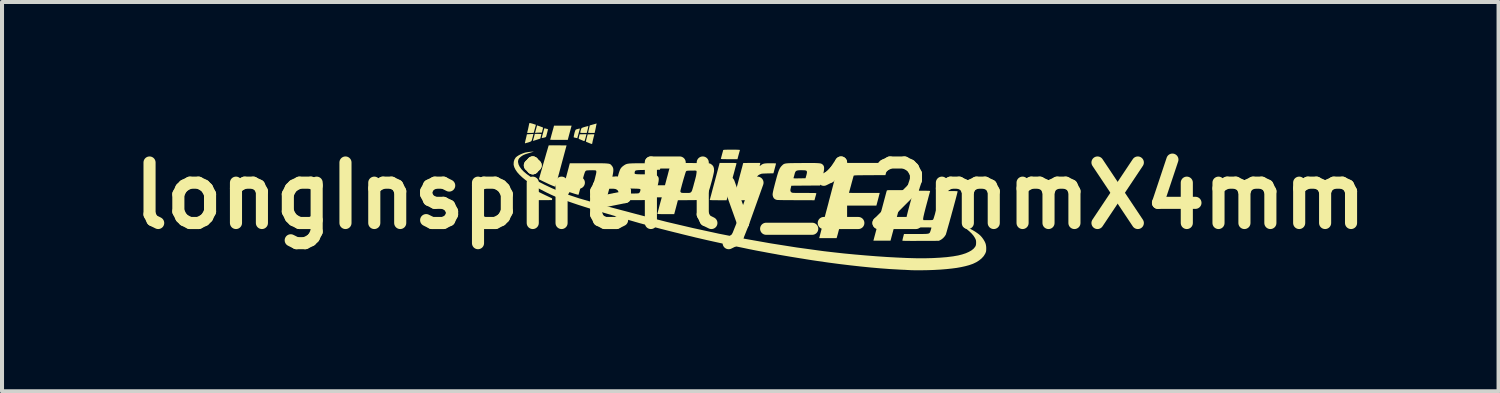
<source format=kicad_pcb>
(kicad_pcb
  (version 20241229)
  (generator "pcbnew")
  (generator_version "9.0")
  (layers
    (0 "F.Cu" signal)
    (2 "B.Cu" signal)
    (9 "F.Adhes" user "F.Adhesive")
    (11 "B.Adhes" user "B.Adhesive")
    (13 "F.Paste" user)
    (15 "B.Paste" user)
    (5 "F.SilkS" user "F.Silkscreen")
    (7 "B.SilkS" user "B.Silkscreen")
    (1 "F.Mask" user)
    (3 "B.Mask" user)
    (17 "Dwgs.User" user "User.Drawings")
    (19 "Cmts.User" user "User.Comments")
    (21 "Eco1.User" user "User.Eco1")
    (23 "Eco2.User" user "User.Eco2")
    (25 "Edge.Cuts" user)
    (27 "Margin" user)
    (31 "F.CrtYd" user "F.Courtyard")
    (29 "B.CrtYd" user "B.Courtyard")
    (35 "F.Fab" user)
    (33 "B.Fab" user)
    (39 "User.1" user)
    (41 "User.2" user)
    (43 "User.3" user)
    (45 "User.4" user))
  (footprint "longInspireFly_12mmX4mm"
    (layer "F.Cu")
    (at 15.55 1.8)
    (property "Reference" "longInspireFly_12mmX4mm" (at 0 0 0) (layer "F.SilkS") (effects (font (size 1.5 1.5) (thickness 0.3))))
    (attr board_only exclude_from_pos_files exclude_from_bom)
    (fp_poly (pts (xy -4.083 -1.439) (xy -4.093 -1.405) (xy -4.101 -1.378) (xy -4.108 -1.359) (xy -4.112 -1.354) (xy -4.124 -1.355) (xy -4.13 -1.356) (xy -4.144 -1.362) (xy -4.166 -1.371) (xy -4.181 -1.378) (xy -4.207 -1.389) (xy -4.229 -1.398) (xy -4.238 -1.401) (xy -4.248 -1.405) (xy -4.253 -1.411) (xy -4.254 -1.421) (xy -4.25 -1.441) (xy -4.243 -1.471) (xy -4.231 -1.521) (xy -4.146 -1.522) (xy -4.061 -1.524)) (stroke (width 0) (type solid)) (fill yes) (layer "F.SilkS"))
    (fp_poly (pts (xy -5.227 -1.53) (xy -5.2 -1.529) (xy -5.184 -1.527) (xy -5.179 -1.525) (xy -5.181 -1.515) (xy -5.186 -1.494) (xy -5.193 -1.467) (xy -5.193 -1.467) (xy -5.206 -1.414) (xy -5.291 -1.386) (xy -5.325 -1.375) (xy -5.354 -1.366) (xy -5.375 -1.36) (xy -5.383 -1.358) (xy -5.386 -1.365) (xy -5.383 -1.38) (xy -5.378 -1.398) (xy -5.37 -1.425) (xy -5.361 -1.457) (xy -5.359 -1.466) (xy -5.342 -1.531) (xy -5.261 -1.531)) (stroke (width 0) (type solid)) (fill yes) (layer "F.SilkS"))
    (fp_poly (pts (xy -4.478 -1.558) (xy -4.525 -1.382) (xy -4.743 -1.382) (xy -4.799 -1.382) (xy -4.85 -1.382) (xy -4.894 -1.383) (xy -4.928 -1.384) (xy -4.951 -1.384) (xy -4.96 -1.385) (xy -4.96 -1.385) (xy -4.958 -1.394) (xy -4.953 -1.415) (xy -4.944 -1.446) (xy -4.934 -1.485) (xy -4.922 -1.528) (xy -4.909 -1.575) (xy -4.897 -1.619) (xy -4.886 -1.657) (xy -4.878 -1.686) (xy -4.874 -1.701) (xy -4.866 -1.734) (xy -4.648 -1.734) (xy -4.43 -1.734)) (stroke (width 0) (type solid)) (fill yes) (layer "F.SilkS"))
    (fp_poly (pts (xy -4.016 -1.724) (xy -4.016 -1.716) (xy -4.02 -1.695) (xy -4.026 -1.666) (xy -4.033 -1.637) (xy -4.054 -1.554) (xy -4.135 -1.554) (xy -4.174 -1.555) (xy -4.2 -1.557) (xy -4.213 -1.56) (xy -4.216 -1.564) (xy -4.214 -1.576) (xy -4.209 -1.598) (xy -4.202 -1.625) (xy -4.193 -1.652) (xy -4.186 -1.668) (xy -4.176 -1.678) (xy -4.159 -1.685) (xy -4.153 -1.688) (xy -4.122 -1.698) (xy -4.089 -1.708) (xy -4.058 -1.716) (xy -4.034 -1.722) (xy -4.019 -1.725)) (stroke (width 0) (type solid)) (fill yes) (layer "F.SilkS"))
    (fp_poly (pts (xy -3.81 -1.78) (xy -3.812 -1.773) (xy -3.817 -1.754) (xy -3.822 -1.728) (xy -3.825 -1.711) (xy -3.831 -1.68) (xy -3.839 -1.643) (xy -3.846 -1.611) (xy -3.859 -1.554) (xy -3.94 -1.554) (xy -3.973 -1.555) (xy -4 -1.556) (xy -4.017 -1.558) (xy -4.021 -1.56) (xy -4.019 -1.57) (xy -4.014 -1.591) (xy -4.007 -1.621) (xy -4 -1.653) (xy -3.979 -1.741) (xy -3.908 -1.761) (xy -3.875 -1.77) (xy -3.846 -1.778) (xy -3.827 -1.784) (xy -3.822 -1.786) (xy -3.811 -1.788)) (stroke (width 0) (type solid)) (fill yes) (layer "F.SilkS"))
    (fp_poly (pts (xy -5.452 -1.798) (xy -5.444 -1.796) (xy -5.418 -1.789) (xy -5.385 -1.78) (xy -5.363 -1.772) (xy -5.315 -1.757) (xy -5.341 -1.661) (xy -5.351 -1.625) (xy -5.359 -1.594) (xy -5.365 -1.571) (xy -5.367 -1.56) (xy -5.367 -1.56) (xy -5.375 -1.558) (xy -5.394 -1.556) (xy -5.423 -1.555) (xy -5.45 -1.554) (xy -5.532 -1.554) (xy -5.527 -1.576) (xy -5.522 -1.6) (xy -5.516 -1.621) (xy -5.512 -1.639) (xy -5.505 -1.669) (xy -5.497 -1.706) (xy -5.489 -1.745) (xy -5.481 -1.782) (xy -5.48 -1.786) (xy -5.477 -1.797) (xy -5.469 -1.8)) (stroke (width 0) (type solid)) (fill yes) (layer "F.SilkS"))
    (fp_poly (pts (xy -5.278 -1.739) (xy -5.26 -1.733) (xy -5.234 -1.724) (xy -5.206 -1.714) (xy -5.178 -1.704) (xy -5.155 -1.695) (xy -5.141 -1.689) (xy -5.138 -1.687) (xy -5.139 -1.678) (xy -5.143 -1.658) (xy -5.15 -1.631) (xy -5.152 -1.623) (xy -5.167 -1.562) (xy -5.227 -1.562) (xy -5.26 -1.561) (xy -5.29 -1.56) (xy -5.312 -1.557) (xy -5.312 -1.557) (xy -5.329 -1.555) (xy -5.335 -1.558) (xy -5.333 -1.567) (xy -5.329 -1.58) (xy -5.323 -1.605) (xy -5.314 -1.637) (xy -5.308 -1.66) (xy -5.299 -1.693) (xy -5.292 -1.719) (xy -5.287 -1.736) (xy -5.286 -1.74)) (stroke (width 0) (type solid)) (fill yes) (layer "F.SilkS"))
    (fp_poly (pts (xy -5.189 -0.064) (xy -5.141 -0.04) (xy -5.091 -0.016) (xy -5.044 0.006) (xy -5.004 0.025) (xy -4.983 0.035) (xy -4.949 0.051) (xy -4.928 0.061) (xy -4.916 0.07) (xy -4.912 0.077) (xy -4.912 0.086) (xy -4.913 0.089) (xy -4.918 0.11) (xy -5.154 0.112) (xy -5.224 0.112) (xy -5.279 0.112) (xy -5.321 0.112) (xy -5.351 0.111) (xy -5.372 0.11) (xy -5.383 0.108) (xy -5.387 0.105) (xy -5.387 0.104) (xy -5.384 0.092) (xy -5.377 0.069) (xy -5.369 0.041) (xy -5.368 0.037) (xy -5.357 -0.001) (xy -5.345 -0.044) (xy -5.336 -0.074) (xy -5.32 -0.129)) (stroke (width 0) (type solid)) (fill yes) (layer "F.SilkS"))
    (fp_poly (pts (xy -5.378 -1.528) (xy -5.378 -1.52) (xy -5.383 -1.501) (xy -5.389 -1.474) (xy -5.39 -1.471) (xy -5.399 -1.438) (xy -5.408 -1.406) (xy -5.414 -1.383) (xy -5.422 -1.361) (xy -5.435 -1.347) (xy -5.456 -1.336) (xy -5.485 -1.325) (xy -5.518 -1.315) (xy -5.525 -1.313) (xy -5.549 -1.307) (xy -5.569 -1.301) (xy -5.574 -1.299) (xy -5.585 -1.299) (xy -5.587 -1.305) (xy -5.585 -1.319) (xy -5.58 -1.34) (xy -5.579 -1.343) (xy -5.575 -1.363) (xy -5.568 -1.393) (xy -5.559 -1.428) (xy -5.555 -1.445) (xy -5.538 -1.521) (xy -5.459 -1.525) (xy -5.426 -1.527) (xy -5.399 -1.528) (xy -5.382 -1.528)) (stroke (width 0) (type solid)) (fill yes) (layer "F.SilkS"))
    (fp_poly (pts (xy -3.886 -1.522) (xy -3.872 -1.52) (xy -3.867 -1.517) (xy -3.867 -1.511) (xy -3.867 -1.511) (xy -3.871 -1.496) (xy -3.878 -1.471) (xy -3.886 -1.439) (xy -3.895 -1.402) (xy -3.904 -1.366) (xy -3.911 -1.334) (xy -3.916 -1.308) (xy -3.919 -1.294) (xy -3.919 -1.293) (xy -3.92 -1.285) (xy -3.927 -1.281) (xy -3.94 -1.284) (xy -3.963 -1.291) (xy -3.998 -1.305) (xy -4.004 -1.308) (xy -4.034 -1.32) (xy -4.057 -1.33) (xy -4.071 -1.337) (xy -4.074 -1.339) (xy -4.073 -1.347) (xy -4.07 -1.368) (xy -4.063 -1.397) (xy -4.055 -1.431) (xy -4.032 -1.519) (xy -3.947 -1.521) (xy -3.91 -1.522)) (stroke (width 0) (type solid)) (fill yes) (layer "F.SilkS"))
    (fp_poly (pts (xy -5.097 -1.669) (xy -5.08 -1.665) (xy -5.058 -1.659) (xy -5.036 -1.653) (xy -5.02 -1.648) (xy -5.015 -1.645) (xy -5.017 -1.635) (xy -5.022 -1.614) (xy -5.029 -1.585) (xy -5.037 -1.553) (xy -5.046 -1.521) (xy -5.053 -1.493) (xy -5.059 -1.473) (xy -5.061 -1.466) (xy -5.069 -1.454) (xy -5.083 -1.446) (xy -5.108 -1.439) (xy -5.114 -1.438) (xy -5.144 -1.432) (xy -5.161 -1.43) (xy -5.17 -1.431) (xy -5.171 -1.435) (xy -5.169 -1.439) (xy -5.166 -1.45) (xy -5.16 -1.473) (xy -5.151 -1.505) (xy -5.14 -1.543) (xy -5.136 -1.558) (xy -5.126 -1.597) (xy -5.116 -1.631) (xy -5.109 -1.655) (xy -5.105 -1.669) (xy -5.105 -1.67)) (stroke (width 0) (type solid)) (fill yes) (layer "F.SilkS"))
    (fp_poly (pts (xy -4.226 -1.66) (xy -4.226 -1.653) (xy -4.227 -1.651) (xy -4.23 -1.638) (xy -4.237 -1.614) (xy -4.246 -1.581) (xy -4.257 -1.542) (xy -4.26 -1.531) (xy -4.27 -1.493) (xy -4.279 -1.461) (xy -4.286 -1.437) (xy -4.289 -1.425) (xy -4.29 -1.424) (xy -4.297 -1.426) (xy -4.315 -1.43) (xy -4.332 -1.434) (xy -4.356 -1.439) (xy -4.372 -1.444) (xy -4.377 -1.446) (xy -4.377 -1.456) (xy -4.375 -1.477) (xy -4.369 -1.505) (xy -4.362 -1.537) (xy -4.354 -1.569) (xy -4.349 -1.584) (xy -4.34 -1.612) (xy -4.332 -1.629) (xy -4.322 -1.638) (xy -4.308 -1.644) (xy -4.3 -1.646) (xy -4.265 -1.656) (xy -4.243 -1.661) (xy -4.23 -1.663)) (stroke (width 0) (type solid)) (fill yes) (layer "F.SilkS"))
    (fp_poly (pts (xy 3.806 -0.119) (xy 3.804 -0.109) (xy 3.797 -0.085) (xy 3.787 -0.048) (xy 3.775 0.000302) (xy 3.759 0.059) (xy 3.741 0.127) (xy 3.72 0.204) (xy 3.698 0.287) (xy 3.674 0.376) (xy 3.649 0.47) (xy 3.639 0.507) (xy 3.476 1.116) (xy 3.264 1.116) (xy 3.052 1.116) (xy 3.215 0.506) (xy 3.24 0.411) (xy 3.264 0.32) (xy 3.287 0.234) (xy 3.308 0.155) (xy 3.327 0.084) (xy 3.344 0.021) (xy 3.358 -0.032) (xy 3.369 -0.073) (xy 3.377 -0.102) (xy 3.382 -0.118) (xy 3.382 -0.12) (xy 3.384 -0.125) (xy 3.388 -0.129) (xy 3.395 -0.132) (xy 3.407 -0.134) (xy 3.426 -0.136) (xy 3.453 -0.136) (xy 3.492 -0.137) (xy 3.542 -0.137) (xy 3.599 -0.137) (xy 3.811 -0.137)) (stroke (width 0) (type solid)) (fill yes) (layer "F.SilkS"))
    (fp_poly (pts (xy -0.487 -0.81) (xy -0.438 -0.81) (xy -0.401 -0.81) (xy -0.375 -0.809) (xy -0.358 -0.807) (xy -0.347 -0.805) (xy -0.343 -0.802) (xy -0.342 -0.798) (xy -0.342 -0.797) (xy -0.345 -0.787) (xy -0.351 -0.763) (xy -0.361 -0.727) (xy -0.374 -0.68) (xy -0.389 -0.623) (xy -0.406 -0.559) (xy -0.426 -0.487) (xy -0.447 -0.409) (xy -0.467 -0.335) (xy -0.587 0.114) (xy -0.797 0.114) (xy -0.863 0.113) (xy -0.914 0.113) (xy -0.952 0.112) (xy -0.979 0.111) (xy -0.995 0.109) (xy -1.003 0.106) (xy -1.004 0.104) (xy -1.002 0.095) (xy -0.995 0.072) (xy -0.986 0.036) (xy -0.973 -0.01) (xy -0.958 -0.066) (xy -0.941 -0.131) (xy -0.922 -0.203) (xy -0.901 -0.28) (xy -0.88 -0.358) (xy -0.76 -0.81) (xy -0.55 -0.81)) (stroke (width 0) (type solid)) (fill yes) (layer "F.SilkS"))
    (fp_poly (pts (xy -4.839 -1.247) (xy -4.783 -1.247) (xy -4.775 -1.247) (xy -4.555 -1.245) (xy -4.692 -0.736) (xy -4.715 -0.65) (xy -4.737 -0.568) (xy -4.758 -0.491) (xy -4.777 -0.422) (xy -4.794 -0.361) (xy -4.808 -0.31) (xy -4.819 -0.269) (xy -4.828 -0.24) (xy -4.833 -0.224) (xy -4.834 -0.222) (xy -4.842 -0.223) (xy -4.862 -0.231) (xy -4.892 -0.242) (xy -4.929 -0.258) (xy -4.964 -0.273) (xy -5.012 -0.295) (xy -5.062 -0.319) (xy -5.109 -0.341) (xy -5.149 -0.36) (xy -5.165 -0.368) (xy -5.24 -0.407) (xy -5.121 -0.824) (xy -5.098 -0.902) (xy -5.077 -0.975) (xy -5.058 -1.043) (xy -5.04 -1.103) (xy -5.025 -1.154) (xy -5.013 -1.195) (xy -5.004 -1.225) (xy -4.999 -1.242) (xy -4.998 -1.245) (xy -4.989 -1.246) (xy -4.967 -1.247) (xy -4.933 -1.247) (xy -4.89 -1.248)) (stroke (width 0) (type solid)) (fill yes) (layer "F.SilkS"))
    (fp_poly (pts (xy -0.396 -1.139) (xy -0.346 -1.139) (xy -0.308 -1.138) (xy -0.282 -1.136) (xy -0.266 -1.135) (xy -0.258 -1.132) (xy -0.257 -1.129) (xy -0.26 -1.118) (xy -0.267 -1.094) (xy -0.276 -1.061) (xy -0.287 -1.022) (xy -0.298 -0.981) (xy -0.309 -0.939) (xy -0.309 -0.938) (xy -0.318 -0.904) (xy -0.525 -0.904) (xy -0.588 -0.904) (xy -0.636 -0.905) (xy -0.673 -0.905) (xy -0.698 -0.906) (xy -0.715 -0.908) (xy -0.725 -0.91) (xy -0.729 -0.913) (xy -0.729 -0.917) (xy -0.729 -0.918) (xy -0.725 -0.931) (xy -0.719 -0.955) (xy -0.71 -0.987) (xy -0.701 -1.022) (xy -0.691 -1.058) (xy -0.682 -1.09) (xy -0.676 -1.114) (xy -0.673 -1.126) (xy -0.67 -1.13) (xy -0.665 -1.133) (xy -0.655 -1.135) (xy -0.639 -1.137) (xy -0.614 -1.138) (xy -0.579 -1.139) (xy -0.532 -1.139) (xy -0.472 -1.139) (xy -0.461 -1.139)) (stroke (width 0) (type solid)) (fill yes) (layer "F.SilkS"))
    (fp_poly (pts (xy 0.243 -0.782) (xy 0.238 -0.76) (xy 0.233 -0.742) (xy 0.233 -0.741) (xy 0.234 -0.736) (xy 0.244 -0.741) (xy 0.257 -0.75) (xy 0.281 -0.768) (xy 0.303 -0.781) (xy 0.326 -0.79) (xy 0.352 -0.796) (xy 0.384 -0.8) (xy 0.426 -0.802) (xy 0.48 -0.802) (xy 0.495 -0.802) (xy 0.541 -0.802) (xy 0.58 -0.802) (xy 0.611 -0.801) (xy 0.631 -0.799) (xy 0.638 -0.798) (xy 0.636 -0.789) (xy 0.631 -0.768) (xy 0.623 -0.737) (xy 0.613 -0.699) (xy 0.606 -0.674) (xy 0.574 -0.554) (xy 0.428 -0.551) (xy 0.376 -0.549) (xy 0.337 -0.548) (xy 0.308 -0.546) (xy 0.286 -0.544) (xy 0.269 -0.54) (xy 0.254 -0.534) (xy 0.238 -0.527) (xy 0.22 -0.519) (xy 0.205 -0.51) (xy 0.191 -0.499) (xy 0.179 -0.485) (xy 0.168 -0.466) (xy 0.157 -0.441) (xy 0.146 -0.408) (xy 0.132 -0.365) (xy 0.117 -0.312) (xy 0.099 -0.246) (xy 0.083 -0.184) (xy 0.066 -0.121) (xy 0.05 -0.063) (xy 0.037 -0.01) (xy 0.025 0.034) (xy 0.015 0.068) (xy 0.009 0.091) (xy 0.007 0.1) (xy 0.005 0.104) (xy -0.001 0.107) (xy -0.01 0.11) (xy -0.027 0.111) (xy -0.051 0.112) (xy -0.086 0.113) (xy -0.132 0.113) (xy -0.192 0.114) (xy -0.209 0.114) (xy -0.421 0.114) (xy -0.415 0.092) (xy -0.412 0.081) (xy -0.406 0.056) (xy -0.396 0.018) (xy -0.383 -0.03) (xy -0.368 -0.088) (xy -0.35 -0.153) (xy -0.331 -0.226) (xy -0.31 -0.303) (xy -0.293 -0.367) (xy -0.272 -0.446) (xy -0.252 -0.522) (xy -0.233 -0.591) (xy -0.217 -0.653) (xy -0.202 -0.706) (xy -0.191 -0.75) (xy -0.183 -0.782) (xy -0.178 -0.801) (xy -0.176 -0.807) (xy -0.169 -0.808) (xy -0.148 -0.809) (xy -0.115 -0.809) (xy -0.072 -0.81) (xy -0.022 -0.81) (xy 0.033 -0.81) (xy 0.036 -0.81) (xy 0.248 -0.81)) (stroke (width 0) (type solid)) (fill yes) (layer "F.SilkS"))
    (fp_poly (pts (xy 2.929 -0.81) (xy 3.031 -0.81) (xy 3.119 -0.81) (xy 3.193 -0.81) (xy 3.256 -0.809) (xy 3.308 -0.808) (xy 3.348 -0.807) (xy 3.38 -0.806) (xy 3.402 -0.805) (xy 3.417 -0.804) (xy 3.424 -0.802) (xy 3.425 -0.801) (xy 3.423 -0.79) (xy 3.418 -0.767) (xy 3.41 -0.734) (xy 3.399 -0.694) (xy 3.388 -0.65) (xy 3.35 -0.509) (xy 2.958 -0.507) (xy 2.869 -0.506) (xy 2.795 -0.506) (xy 2.733 -0.505) (xy 2.684 -0.505) (xy 2.645 -0.504) (xy 2.615 -0.503) (xy 2.594 -0.501) (xy 2.579 -0.5) (xy 2.569 -0.498) (xy 2.564 -0.495) (xy 2.562 -0.492) (xy 2.561 -0.491) (xy 2.558 -0.479) (xy 2.551 -0.455) (xy 2.542 -0.422) (xy 2.531 -0.381) (xy 2.518 -0.335) (xy 2.505 -0.286) (xy 2.492 -0.237) (xy 2.479 -0.191) (xy 2.468 -0.148) (xy 2.458 -0.113) (xy 2.451 -0.086) (xy 2.447 -0.072) (xy 2.447 -0.069) (xy 2.454 -0.069) (xy 2.476 -0.068) (xy 2.511 -0.068) (xy 2.556 -0.067) (xy 2.611 -0.067) (xy 2.675 -0.067) (xy 2.745 -0.067) (xy 2.82 -0.067) (xy 2.827 -0.067) (xy 3.208 -0.067) (xy 3.203 -0.045) (xy 3.199 -0.031) (xy 3.192 -0.004) (xy 3.183 0.032) (xy 3.172 0.074) (xy 3.162 0.112) (xy 3.126 0.247) (xy 2.741 0.247) (xy 2.357 0.247) (xy 2.259 0.613) (xy 2.239 0.687) (xy 2.22 0.758) (xy 2.203 0.824) (xy 2.187 0.882) (xy 2.174 0.933) (xy 2.163 0.973) (xy 2.155 1.001) (xy 2.151 1.016) (xy 2.14 1.053) (xy 1.925 1.053) (xy 1.709 1.053) (xy 1.714 1.032) (xy 1.717 1.021) (xy 1.723 0.997) (xy 1.733 0.959) (xy 1.746 0.909) (xy 1.762 0.848) (xy 1.781 0.777) (xy 1.802 0.696) (xy 1.826 0.607) (xy 1.851 0.51) (xy 1.878 0.407) (xy 1.907 0.299) (xy 1.937 0.186) (xy 1.953 0.121) (xy 1.984 0.006) (xy 2.013 -0.105) (xy 2.041 -0.211) (xy 2.067 -0.311) (xy 2.092 -0.405) (xy 2.114 -0.49) (xy 2.135 -0.567) (xy 2.152 -0.634) (xy 2.167 -0.69) (xy 2.179 -0.735) (xy 2.187 -0.767) (xy 2.192 -0.785) (xy 2.193 -0.789) (xy 2.198 -0.81) (xy 2.812 -0.81)) (stroke (width 0) (type solid)) (fill yes) (layer "F.SilkS"))
    (fp_poly (pts (xy -3.811 -0.802) (xy -3.736 -0.802) (xy -3.673 -0.802) (xy -3.621 -0.801) (xy -3.579 -0.799) (xy -3.545 -0.796) (xy -3.518 -0.793) (xy -3.497 -0.789) (xy -3.481 -0.784) (xy -3.468 -0.777) (xy -3.458 -0.769) (xy -3.449 -0.76) (xy -3.44 -0.749) (xy -3.434 -0.743) (xy -3.42 -0.724) (xy -3.409 -0.705) (xy -3.401 -0.683) (xy -3.396 -0.659) (xy -3.395 -0.63) (xy -3.397 -0.595) (xy -3.403 -0.553) (xy -3.412 -0.503) (xy -3.426 -0.442) (xy -3.444 -0.371) (xy -3.466 -0.287) (xy -3.487 -0.207) (xy -3.572 0.11) (xy -3.649 0.111) (xy -3.683 0.111) (xy -3.711 0.111) (xy -3.73 0.111) (xy -3.735 0.11) (xy -3.745 0.107) (xy -3.767 0.101) (xy -3.799 0.092) (xy -3.837 0.082) (xy -3.852 0.078) (xy -3.892 0.068) (xy -3.926 0.058) (xy -3.952 0.05) (xy -3.966 0.044) (xy -3.968 0.043) (xy -3.968 0.035) (xy -3.964 0.012) (xy -3.956 -0.022) (xy -3.945 -0.066) (xy -3.932 -0.119) (xy -3.917 -0.179) (xy -3.9 -0.244) (xy -3.892 -0.275) (xy -3.87 -0.355) (xy -3.852 -0.422) (xy -3.839 -0.477) (xy -3.828 -0.52) (xy -3.821 -0.554) (xy -3.817 -0.579) (xy -3.817 -0.597) (xy -3.819 -0.61) (xy -3.823 -0.618) (xy -3.83 -0.623) (xy -3.84 -0.626) (xy -3.843 -0.627) (xy -3.858 -0.628) (xy -3.885 -0.629) (xy -3.92 -0.63) (xy -3.96 -0.629) (xy -3.965 -0.629) (xy -4.007 -0.628) (xy -4.036 -0.626) (xy -4.056 -0.624) (xy -4.069 -0.62) (xy -4.078 -0.614) (xy -4.086 -0.607) (xy -4.092 -0.599) (xy -4.099 -0.584) (xy -4.107 -0.563) (xy -4.117 -0.533) (xy -4.129 -0.494) (xy -4.143 -0.443) (xy -4.161 -0.379) (xy -4.18 -0.306) (xy -4.198 -0.242) (xy -4.213 -0.183) (xy -4.228 -0.131) (xy -4.24 -0.087) (xy -4.249 -0.053) (xy -4.256 -0.031) (xy -4.259 -0.021) (xy -4.259 -0.021) (xy -4.268 -0.022) (xy -4.289 -0.027) (xy -4.32 -0.036) (xy -4.358 -0.047) (xy -4.401 -0.061) (xy -4.447 -0.076) (xy -4.494 -0.091) (xy -4.538 -0.105) (xy -4.577 -0.119) (xy -4.609 -0.131) (xy -4.631 -0.139) (xy -4.641 -0.145) (xy -4.641 -0.153) (xy -4.637 -0.175) (xy -4.629 -0.209) (xy -4.618 -0.253) (xy -4.605 -0.305) (xy -4.59 -0.365) (xy -4.573 -0.429) (xy -4.569 -0.447) (xy -4.551 -0.514) (xy -4.534 -0.577) (xy -4.519 -0.634) (xy -4.505 -0.684) (xy -4.495 -0.725) (xy -4.487 -0.755) (xy -4.482 -0.772) (xy -4.482 -0.773) (xy -4.474 -0.803) (xy -4.001 -0.803) (xy -3.899 -0.803)) (stroke (width 0) (type solid)) (fill yes) (layer "F.SilkS"))
    (fp_poly (pts (xy 1.536 -0.809) (xy 1.594 -0.809) (xy 1.641 -0.807) (xy 1.679 -0.805) (xy 1.709 -0.803) (xy 1.732 -0.8) (xy 1.751 -0.795) (xy 1.765 -0.79) (xy 1.776 -0.784) (xy 1.785 -0.778) (xy 1.804 -0.76) (xy 1.818 -0.74) (xy 1.827 -0.716) (xy 1.83 -0.686) (xy 1.829 -0.649) (xy 1.822 -0.602) (xy 1.81 -0.546) (xy 1.792 -0.477) (xy 1.78 -0.431) (xy 1.73 -0.251) (xy 1.374 -0.249) (xy 1.017 -0.246) (xy 1.003 -0.188) (xy 0.995 -0.151) (xy 0.994 -0.124) (xy 0.999 -0.105) (xy 1.012 -0.089) (xy 1.019 -0.082) (xy 1.025 -0.078) (xy 1.032 -0.075) (xy 1.041 -0.072) (xy 1.055 -0.07) (xy 1.074 -0.069) (xy 1.101 -0.068) (xy 1.137 -0.067) (xy 1.183 -0.067) (xy 1.241 -0.067) (xy 1.313 -0.067) (xy 1.34 -0.067) (xy 1.417 -0.067) (xy 1.479 -0.066) (xy 1.529 -0.066) (xy 1.567 -0.065) (xy 1.595 -0.065) (xy 1.615 -0.063) (xy 1.628 -0.062) (xy 1.635 -0.059) (xy 1.637 -0.057) (xy 1.637 -0.053) (xy 1.637 -0.053) (xy 1.634 -0.04) (xy 1.627 -0.015) (xy 1.618 0.016) (xy 1.612 0.037) (xy 1.591 0.114) (xy 1.136 0.113) (xy 1.053 0.112) (xy 0.973 0.112) (xy 0.899 0.112) (xy 0.833 0.111) (xy 0.774 0.11) (xy 0.726 0.109) (xy 0.69 0.108) (xy 0.666 0.107) (xy 0.658 0.106) (xy 0.616 0.091) (xy 0.586 0.067) (xy 0.566 0.033) (xy 0.556 -0.004) (xy 0.554 -0.019) (xy 0.554 -0.036) (xy 0.556 -0.057) (xy 0.561 -0.085) (xy 0.568 -0.12) (xy 0.578 -0.164) (xy 0.592 -0.219) (xy 0.609 -0.285) (xy 0.63 -0.365) (xy 0.631 -0.367) (xy 0.649 -0.435) (xy 1.071 -0.435) (xy 1.075 -0.431) (xy 1.086 -0.429) (xy 1.105 -0.428) (xy 1.133 -0.428) (xy 1.174 -0.428) (xy 1.218 -0.429) (xy 1.369 -0.431) (xy 1.387 -0.493) (xy 1.399 -0.54) (xy 1.405 -0.575) (xy 1.403 -0.6) (xy 1.392 -0.616) (xy 1.37 -0.625) (xy 1.336 -0.629) (xy 1.288 -0.63) (xy 1.275 -0.63) (xy 1.222 -0.63) (xy 1.183 -0.627) (xy 1.154 -0.62) (xy 1.133 -0.609) (xy 1.118 -0.59) (xy 1.106 -0.563) (xy 1.096 -0.526) (xy 1.093 -0.514) (xy 1.085 -0.484) (xy 1.077 -0.458) (xy 1.073 -0.441) (xy 1.072 -0.439) (xy 1.071 -0.435) (xy 0.649 -0.435) (xy 0.652 -0.447) (xy 0.671 -0.513) (xy 0.688 -0.568) (xy 0.703 -0.612) (xy 0.718 -0.648) (xy 0.733 -0.678) (xy 0.748 -0.702) (xy 0.765 -0.724) (xy 0.78 -0.74) (xy 0.794 -0.754) (xy 0.807 -0.766) (xy 0.82 -0.776) (xy 0.834 -0.784) (xy 0.852 -0.791) (xy 0.873 -0.796) (xy 0.901 -0.8) (xy 0.935 -0.803) (xy 0.978 -0.805) (xy 1.03 -0.806) (xy 1.094 -0.807) (xy 1.17 -0.808) (xy 1.261 -0.808) (xy 1.287 -0.809) (xy 1.384 -0.809) (xy 1.466 -0.809)) (stroke (width 0) (type solid)) (fill yes) (layer "F.SilkS"))
    (fp_poly (pts (xy -1.493 -0.809) (xy -1.395 -0.808) (xy -1.311 -0.808) (xy -1.241 -0.807) (xy -1.182 -0.807) (xy -1.135 -0.806) (xy -1.096 -0.805) (xy -1.066 -0.804) (xy -1.043 -0.803) (xy -1.026 -0.801) (xy -1.013 -0.799) (xy -1.003 -0.797) (xy -0.995 -0.794) (xy -0.989 -0.791) (xy -0.986 -0.789) (xy -0.945 -0.761) (xy -0.917 -0.725) (xy -0.902 -0.682) (xy -0.898 -0.628) (xy -0.899 -0.611) (xy -0.902 -0.584) (xy -0.91 -0.546) (xy -0.921 -0.497) (xy -0.934 -0.442) (xy -0.949 -0.383) (xy -0.966 -0.322) (xy -0.983 -0.261) (xy -0.999 -0.204) (xy -1.015 -0.153) (xy -1.029 -0.11) (xy -1.041 -0.078) (xy -1.048 -0.063) (xy -1.079 -0.015) (xy -1.118 0.029) (xy -1.161 0.065) (xy -1.204 0.09) (xy -1.207 0.091) (xy -1.22 0.096) (xy -1.232 0.1) (xy -1.246 0.103) (xy -1.263 0.106) (xy -1.285 0.107) (xy -1.314 0.109) (xy -1.351 0.11) (xy -1.399 0.111) (xy -1.46 0.111) (xy -1.524 0.112) (xy -1.795 0.114) (xy -1.84 0.286) (xy -1.886 0.458) (xy -2.096 0.458) (xy -2.159 0.458) (xy -2.208 0.458) (xy -2.245 0.457) (xy -2.271 0.456) (xy -2.288 0.455) (xy -2.298 0.453) (xy -2.302 0.45) (xy -2.303 0.446) (xy -2.303 0.444) (xy -2.3 0.435) (xy -2.294 0.413) (xy -2.285 0.378) (xy -2.272 0.332) (xy -2.258 0.276) (xy -2.241 0.212) (xy -2.222 0.142) (xy -2.201 0.065) (xy -2.18 -0.015) (xy -2.158 -0.098) (xy -2.156 -0.106) (xy -1.734 -0.106) (xy -1.734 -0.106) (xy -1.729 -0.092) (xy -1.721 -0.081) (xy -1.714 -0.075) (xy -1.704 -0.071) (xy -1.688 -0.069) (xy -1.662 -0.067) (xy -1.626 -0.067) (xy -1.6 -0.067) (xy -1.557 -0.067) (xy -1.526 -0.067) (xy -1.506 -0.069) (xy -1.492 -0.072) (xy -1.482 -0.077) (xy -1.472 -0.085) (xy -1.468 -0.088) (xy -1.461 -0.095) (xy -1.455 -0.105) (xy -1.448 -0.118) (xy -1.441 -0.136) (xy -1.433 -0.162) (xy -1.423 -0.196) (xy -1.41 -0.241) (xy -1.395 -0.299) (xy -1.381 -0.348) (xy -1.363 -0.416) (xy -1.349 -0.472) (xy -1.338 -0.515) (xy -1.331 -0.548) (xy -1.326 -0.572) (xy -1.325 -0.588) (xy -1.325 -0.599) (xy -1.326 -0.604) (xy -1.33 -0.611) (xy -1.335 -0.616) (xy -1.344 -0.619) (xy -1.359 -0.621) (xy -1.383 -0.622) (xy -1.418 -0.621) (xy -1.457 -0.621) (xy -1.504 -0.62) (xy -1.537 -0.619) (xy -1.56 -0.617) (xy -1.574 -0.615) (xy -1.584 -0.61) (xy -1.59 -0.605) (xy -1.595 -0.598) (xy -1.6 -0.587) (xy -1.608 -0.563) (xy -1.619 -0.528) (xy -1.632 -0.485) (xy -1.647 -0.436) (xy -1.662 -0.384) (xy -1.677 -0.33) (xy -1.692 -0.277) (xy -1.705 -0.227) (xy -1.717 -0.183) (xy -1.726 -0.147) (xy -1.732 -0.12) (xy -1.734 -0.106) (xy -2.156 -0.106) (xy -2.135 -0.182) (xy -2.113 -0.266) (xy -2.091 -0.349) (xy -2.07 -0.429) (xy -2.049 -0.505) (xy -2.031 -0.576) (xy -2.014 -0.639) (xy -1.999 -0.694) (xy -1.987 -0.74) (xy -1.978 -0.774) (xy -1.976 -0.781) (xy -1.968 -0.811)) (stroke (width 0) (type solid)) (fill yes) (layer "F.SilkS"))
    (fp_poly (pts (xy -2.51 -0.802) (xy -2.432 -0.802) (xy -2.367 -0.802) (xy -2.315 -0.801) (xy -2.274 -0.8) (xy -2.244 -0.799) (xy -2.223 -0.798) (xy -2.21 -0.796) (xy -2.205 -0.794) (xy -2.204 -0.793) (xy -2.206 -0.781) (xy -2.211 -0.759) (xy -2.218 -0.729) (xy -2.222 -0.713) (xy -2.24 -0.642) (xy -2.535 -0.638) (xy -2.614 -0.637) (xy -2.679 -0.636) (xy -2.731 -0.635) (xy -2.772 -0.633) (xy -2.803 -0.63) (xy -2.826 -0.627) (xy -2.841 -0.622) (xy -2.852 -0.615) (xy -2.858 -0.607) (xy -2.862 -0.596) (xy -2.865 -0.583) (xy -2.866 -0.577) (xy -2.868 -0.564) (xy -2.868 -0.554) (xy -2.864 -0.546) (xy -2.855 -0.539) (xy -2.84 -0.535) (xy -2.816 -0.532) (xy -2.783 -0.53) (xy -2.739 -0.529) (xy -2.682 -0.529) (xy -2.611 -0.529) (xy -2.607 -0.529) (xy -2.54 -0.528) (xy -2.487 -0.528) (xy -2.446 -0.528) (xy -2.414 -0.527) (xy -2.391 -0.525) (xy -2.373 -0.523) (xy -2.36 -0.521) (xy -2.35 -0.517) (xy -2.34 -0.512) (xy -2.337 -0.511) (xy -2.31 -0.495) (xy -2.29 -0.476) (xy -2.277 -0.454) (xy -2.27 -0.425) (xy -2.27 -0.389) (xy -2.275 -0.344) (xy -2.287 -0.287) (xy -2.302 -0.227) (xy -2.315 -0.179) (xy -2.328 -0.134) (xy -2.341 -0.095) (xy -2.351 -0.064) (xy -2.358 -0.048) (xy -2.392 0.002) (xy -2.439 0.046) (xy -2.497 0.082) (xy -2.498 0.083) (xy -2.552 0.11) (xy -2.994 0.112) (xy -3.09 0.112) (xy -3.173 0.113) (xy -3.242 0.113) (xy -3.298 0.112) (xy -3.343 0.112) (xy -3.377 0.111) (xy -3.402 0.11) (xy -3.419 0.109) (xy -3.428 0.107) (xy -3.431 0.105) (xy -3.431 0.104) (xy -3.427 0.092) (xy -3.421 0.069) (xy -3.414 0.039) (xy -3.409 0.022) (xy -3.391 -0.051) (xy -3.088 -0.051) (xy -2.998 -0.051) (xy -2.924 -0.052) (xy -2.864 -0.053) (xy -2.819 -0.054) (xy -2.787 -0.056) (xy -2.769 -0.059) (xy -2.765 -0.06) (xy -2.746 -0.075) (xy -2.732 -0.103) (xy -2.725 -0.129) (xy -2.723 -0.141) (xy -2.722 -0.15) (xy -2.726 -0.157) (xy -2.734 -0.163) (xy -2.748 -0.167) (xy -2.771 -0.17) (xy -2.802 -0.172) (xy -2.845 -0.173) (xy -2.9 -0.175) (xy -2.968 -0.176) (xy -2.989 -0.176) (xy -3.059 -0.177) (xy -3.115 -0.178) (xy -3.159 -0.18) (xy -3.193 -0.181) (xy -3.218 -0.183) (xy -3.236 -0.185) (xy -3.249 -0.188) (xy -3.259 -0.191) (xy -3.267 -0.195) (xy -3.268 -0.196) (xy -3.29 -0.214) (xy -3.308 -0.237) (xy -3.31 -0.239) (xy -3.317 -0.256) (xy -3.321 -0.275) (xy -3.321 -0.3) (xy -3.317 -0.331) (xy -3.31 -0.37) (xy -3.298 -0.421) (xy -3.281 -0.483) (xy -3.277 -0.496) (xy -3.26 -0.558) (xy -3.243 -0.607) (xy -3.228 -0.646) (xy -3.211 -0.676) (xy -3.191 -0.701) (xy -3.168 -0.723) (xy -3.14 -0.744) (xy -3.139 -0.745) (xy -3.121 -0.757) (xy -3.104 -0.767) (xy -3.088 -0.776) (xy -3.069 -0.783) (xy -3.048 -0.789) (xy -3.022 -0.793) (xy -2.991 -0.797) (xy -2.952 -0.799) (xy -2.905 -0.801) (xy -2.848 -0.802) (xy -2.78 -0.802) (xy -2.698 -0.803) (xy -2.603 -0.803)) (stroke (width 0) (type solid)) (fill yes) (layer "F.SilkS"))
    (fp_poly (pts (xy 4.315 -0.121) (xy 4.364 -0.121) (xy 4.4 -0.12) (xy 4.426 -0.12) (xy 4.443 -0.118) (xy 4.453 -0.116) (xy 4.457 -0.113) (xy 4.458 -0.109) (xy 4.457 -0.108) (xy 4.423 0.016) (xy 4.394 0.126) (xy 4.368 0.222) (xy 4.346 0.304) (xy 4.328 0.375) (xy 4.313 0.434) (xy 4.302 0.483) (xy 4.293 0.521) (xy 4.288 0.55) (xy 4.285 0.571) (xy 4.284 0.583) (xy 4.285 0.587) (xy 4.294 0.607) (xy 4.407 0.607) (xy 4.452 0.607) (xy 4.483 0.606) (xy 4.504 0.605) (xy 4.518 0.602) (xy 4.526 0.598) (xy 4.533 0.591) (xy 4.535 0.588) (xy 4.541 0.576) (xy 4.55 0.55) (xy 4.562 0.511) (xy 4.577 0.461) (xy 4.594 0.4) (xy 4.614 0.329) (xy 4.635 0.251) (xy 4.639 0.238) (xy 4.657 0.168) (xy 4.675 0.103) (xy 4.691 0.044) (xy 4.705 -0.007) (xy 4.716 -0.049) (xy 4.724 -0.08) (xy 4.73 -0.099) (xy 4.731 -0.104) (xy 4.74 -0.106) (xy 4.761 -0.109) (xy 4.793 -0.111) (xy 4.833 -0.112) (xy 4.878 -0.113) (xy 4.926 -0.114) (xy 4.975 -0.114) (xy 5.022 -0.114) (xy 5.064 -0.113) (xy 5.099 -0.112) (xy 5.125 -0.11) (xy 5.139 -0.107) (xy 5.14 -0.106) (xy 5.138 -0.095) (xy 5.132 -0.07) (xy 5.123 -0.034) (xy 5.111 0.014) (xy 5.096 0.07) (xy 5.079 0.134) (xy 5.06 0.204) (xy 5.04 0.278) (xy 5.019 0.356) (xy 4.997 0.434) (xy 4.976 0.513) (xy 4.954 0.59) (xy 4.934 0.664) (xy 4.914 0.734) (xy 4.896 0.797) (xy 4.88 0.853) (xy 4.867 0.9) (xy 4.856 0.936) (xy 4.849 0.96) (xy 4.845 0.97) (xy 4.817 1.012) (xy 4.78 1.053) (xy 4.738 1.086) (xy 4.714 1.1) (xy 4.674 1.12) (xy 4.222 1.122) (xy 4.12 1.122) (xy 4.033 1.123) (xy 3.959 1.122) (xy 3.899 1.122) (xy 3.852 1.121) (xy 3.816 1.12) (xy 3.791 1.119) (xy 3.776 1.118) (xy 3.77 1.116) (xy 3.77 1.115) (xy 3.772 1.104) (xy 3.777 1.081) (xy 3.785 1.046) (xy 3.798 0.997) (xy 3.802 0.981) (xy 3.81 0.951) (xy 4.099 0.951) (xy 4.18 0.951) (xy 4.245 0.951) (xy 4.299 0.95) (xy 4.341 0.949) (xy 4.374 0.947) (xy 4.398 0.944) (xy 4.417 0.94) (xy 4.43 0.935) (xy 4.44 0.928) (xy 4.448 0.92) (xy 4.45 0.918) (xy 4.455 0.907) (xy 4.464 0.885) (xy 4.473 0.857) (xy 4.481 0.829) (xy 4.488 0.806) (xy 4.49 0.791) (xy 4.49 0.791) (xy 4.483 0.79) (xy 4.462 0.789) (xy 4.429 0.788) (xy 4.385 0.788) (xy 4.334 0.787) (xy 4.277 0.787) (xy 4.254 0.787) (xy 4.183 0.787) (xy 4.121 0.786) (xy 4.069 0.784) (xy 4.028 0.783) (xy 3.999 0.78) (xy 3.987 0.779) (xy 3.955 0.764) (xy 3.924 0.739) (xy 3.896 0.71) (xy 3.882 0.686) (xy 3.874 0.657) (xy 3.87 0.618) (xy 3.869 0.595) (xy 3.869 0.578) (xy 3.87 0.561) (xy 3.873 0.541) (xy 3.877 0.518) (xy 3.883 0.489) (xy 3.892 0.453) (xy 3.903 0.408) (xy 3.917 0.353) (xy 3.935 0.287) (xy 3.956 0.209) (xy 3.975 0.14) (xy 3.992 0.077) (xy 4.008 0.019) (xy 4.021 -0.03) (xy 4.032 -0.07) (xy 4.039 -0.099) (xy 4.043 -0.115) (xy 4.044 -0.118) (xy 4.052 -0.119) (xy 4.073 -0.12) (xy 4.105 -0.12) (xy 4.148 -0.121) (xy 4.198 -0.121) (xy 4.253 -0.121)) (stroke (width 0) (type solid)) (fill yes) (layer "F.SilkS"))
    (fp_poly (pts (xy -5.375 -1.091) (xy -5.374 -1.089) (xy -5.379 -1.087) (xy -5.447 -1.068) (xy -5.502 -1.051) (xy -5.546 -1.037) (xy -5.582 -1.025) (xy -5.61 -1.013) (xy -5.634 -1.002) (xy -5.654 -0.989) (xy -5.675 -0.975) (xy -5.693 -0.961) (xy -5.729 -0.927) (xy -5.749 -0.893) (xy -5.758 -0.854) (xy -5.757 -0.829) (xy -5.745 -0.774) (xy -5.718 -0.718) (xy -5.676 -0.659) (xy -5.619 -0.599) (xy -5.546 -0.537) (xy -5.458 -0.474) (xy -5.355 -0.408) (xy -5.236 -0.34) (xy -5.112 -0.276) (xy -4.915 -0.183) (xy -4.708 -0.096) (xy -4.488 -0.014) (xy -4.256 0.063) (xy -4.017 0.133) (xy -3.974 0.145) (xy -3.922 0.159) (xy -3.866 0.175) (xy -3.813 0.19) (xy -3.801 0.194) (xy -3.769 0.203) (xy -3.739 0.212) (xy -3.71 0.22) (xy -3.681 0.229) (xy -3.651 0.237) (xy -3.619 0.246) (xy -3.584 0.255) (xy -3.545 0.266) (xy -3.501 0.278) (xy -3.451 0.291) (xy -3.394 0.307) (xy -3.329 0.324) (xy -3.254 0.344) (xy -3.17 0.366) (xy -3.074 0.391) (xy -2.967 0.42) (xy -2.846 0.452) (xy -2.721 0.485) (xy -2.068 0.652) (xy -1.42 0.804) (xy -0.776 0.944) (xy -0.135 1.07) (xy 0.505 1.183) (xy 1.145 1.284) (xy 1.786 1.372) (xy 1.832 1.378) (xy 2.074 1.406) (xy 2.328 1.434) (xy 2.591 1.459) (xy 2.857 1.482) (xy 3.124 1.503) (xy 3.388 1.521) (xy 3.646 1.535) (xy 3.892 1.546) (xy 3.895 1.546) (xy 4.113 1.552) (xy 4.321 1.553) (xy 4.518 1.548) (xy 4.703 1.538) (xy 4.875 1.524) (xy 5.034 1.504) (xy 5.042 1.502) (xy 5.152 1.483) (xy 5.251 1.458) (xy 5.34 1.429) (xy 5.417 1.395) (xy 5.482 1.358) (xy 5.533 1.318) (xy 5.57 1.274) (xy 5.583 1.253) (xy 5.593 1.226) (xy 5.597 1.192) (xy 5.598 1.163) (xy 5.597 1.132) (xy 5.594 1.108) (xy 5.587 1.085) (xy 5.573 1.057) (xy 5.567 1.045) (xy 5.534 0.994) (xy 5.488 0.94) (xy 5.431 0.885) (xy 5.366 0.831) (xy 5.334 0.808) (xy 5.305 0.786) (xy 5.281 0.768) (xy 5.266 0.754) (xy 5.262 0.747) (xy 5.262 0.747) (xy 5.272 0.745) (xy 5.294 0.75) (xy 5.325 0.761) (xy 5.363 0.778) (xy 5.408 0.799) (xy 5.455 0.824) (xy 5.505 0.851) (xy 5.554 0.88) (xy 5.569 0.889) (xy 5.625 0.927) (xy 5.671 0.961) (xy 5.708 0.995) (xy 5.741 1.032) (xy 5.772 1.074) (xy 5.775 1.078) (xy 5.806 1.129) (xy 5.828 1.175) (xy 5.841 1.22) (xy 5.848 1.27) (xy 5.849 1.312) (xy 5.848 1.348) (xy 5.846 1.375) (xy 5.841 1.396) (xy 5.832 1.419) (xy 5.822 1.441) (xy 5.786 1.499) (xy 5.736 1.554) (xy 5.674 1.605) (xy 5.603 1.65) (xy 5.524 1.688) (xy 5.506 1.695) (xy 5.422 1.724) (xy 5.329 1.749) (xy 5.229 1.771) (xy 5.118 1.791) (xy 4.996 1.807) (xy 4.863 1.821) (xy 4.717 1.833) (xy 4.556 1.842) (xy 4.502 1.844) (xy 4.44 1.846) (xy 4.372 1.848) (xy 4.3 1.849) (xy 4.228 1.85) (xy 4.158 1.85) (xy 4.092 1.85) (xy 4.035 1.849) (xy 3.987 1.848) (xy 3.954 1.846) (xy 3.941 1.845) (xy 3.914 1.844) (xy 3.875 1.842) (xy 3.827 1.839) (xy 3.772 1.837) (xy 3.712 1.834) (xy 3.68 1.832) (xy 3.464 1.82) (xy 3.235 1.803) (xy 2.994 1.782) (xy 2.743 1.757) (xy 2.482 1.728) (xy 2.215 1.696) (xy 1.942 1.66) (xy 1.664 1.62) (xy 1.542 1.602) (xy 1.471 1.591) (xy 1.389 1.578) (xy 1.299 1.563) (xy 1.204 1.548) (xy 1.106 1.532) (xy 1.008 1.516) (xy 0.914 1.5) (xy 0.825 1.485) (xy 0.744 1.471) (xy 0.675 1.459) (xy 0.646 1.453) (xy 0.539 1.434) (xy 0.435 1.415) (xy 0.336 1.396) (xy 0.243 1.379) (xy 0.157 1.363) (xy 0.081 1.348) (xy 0.017 1.335) (xy -0.035 1.325) (xy -0.063 1.319) (xy -0.101 1.311) (xy -0.152 1.3) (xy -0.21 1.288) (xy -0.273 1.275) (xy -0.338 1.262) (xy -0.384 1.252) (xy -0.506 1.227) (xy -0.64 1.198) (xy -0.782 1.167) (xy -0.927 1.135) (xy -1.072 1.103) (xy -1.213 1.07) (xy -1.308 1.048) (xy -1.353 1.038) (xy -1.408 1.024) (xy -1.473 1.008) (xy -1.545 0.991) (xy -1.623 0.972) (xy -1.704 0.952) (xy -1.786 0.931) (xy -1.869 0.911) (xy -1.949 0.891) (xy -2.025 0.872) (xy -2.095 0.854) (xy -2.157 0.838) (xy -2.21 0.825) (xy -2.251 0.814) (xy -2.278 0.807) (xy -2.307 0.799) (xy -2.346 0.789) (xy -2.393 0.776) (xy -2.444 0.762) (xy -2.498 0.748) (xy -2.551 0.733) (xy -2.602 0.72) (xy -2.646 0.708) (xy -2.683 0.698) (xy -2.708 0.691) (xy -2.717 0.689) (xy -2.736 0.684) (xy -2.768 0.675) (xy -2.808 0.663) (xy -2.855 0.65) (xy -2.905 0.635) (xy -2.917 0.632) (xy -2.961 0.619) (xy -3.018 0.603) (xy -3.084 0.583) (xy -3.156 0.562) (xy -3.233 0.54) (xy -3.311 0.518) (xy -3.386 0.496) (xy -3.393 0.494) (xy -3.595 0.435) (xy -3.783 0.379) (xy -3.957 0.326) (xy -4.119 0.275) (xy -4.269 0.227) (xy -4.408 0.18) (xy -4.537 0.135) (xy -4.657 0.091) (xy -4.769 0.049) (xy -4.827 0.026) (xy -4.887 0.000017) (xy -4.957 -0.032) (xy -5.034 -0.069) (xy -5.113 -0.109) (xy -5.192 -0.15) (xy -5.268 -0.191) (xy -5.337 -0.23) (xy -5.369 -0.249) (xy -5.475 -0.316) (xy -5.569 -0.384) (xy -5.651 -0.451) (xy -5.721 -0.517) (xy -5.778 -0.581) (xy -5.821 -0.644) (xy -5.85 -0.703) (xy -5.866 -0.76) (xy -5.867 -0.775) (xy -5.864 -0.837) (xy -5.848 -0.892) (xy -5.819 -0.94) (xy -5.812 -0.948) (xy -5.782 -0.974) (xy -5.741 -1) (xy -5.692 -1.026) (xy -5.639 -1.048) (xy -5.587 -1.066) (xy -5.577 -1.068) (xy -5.557 -1.072) (xy -5.53 -1.077) (xy -5.498 -1.081) (xy -5.466 -1.085) (xy -5.435 -1.088) (xy -5.407 -1.09) (xy -5.386 -1.091)) (stroke (width 0) (type solid)) (fill yes) (layer "F.SilkS")))
  (gr_rect
    (start -3 -3)
    (end 34.1 6.65)
    (stroke (width 0.1) (type default))
    (fill no)
    (layer "Edge.Cuts")))
</source>
